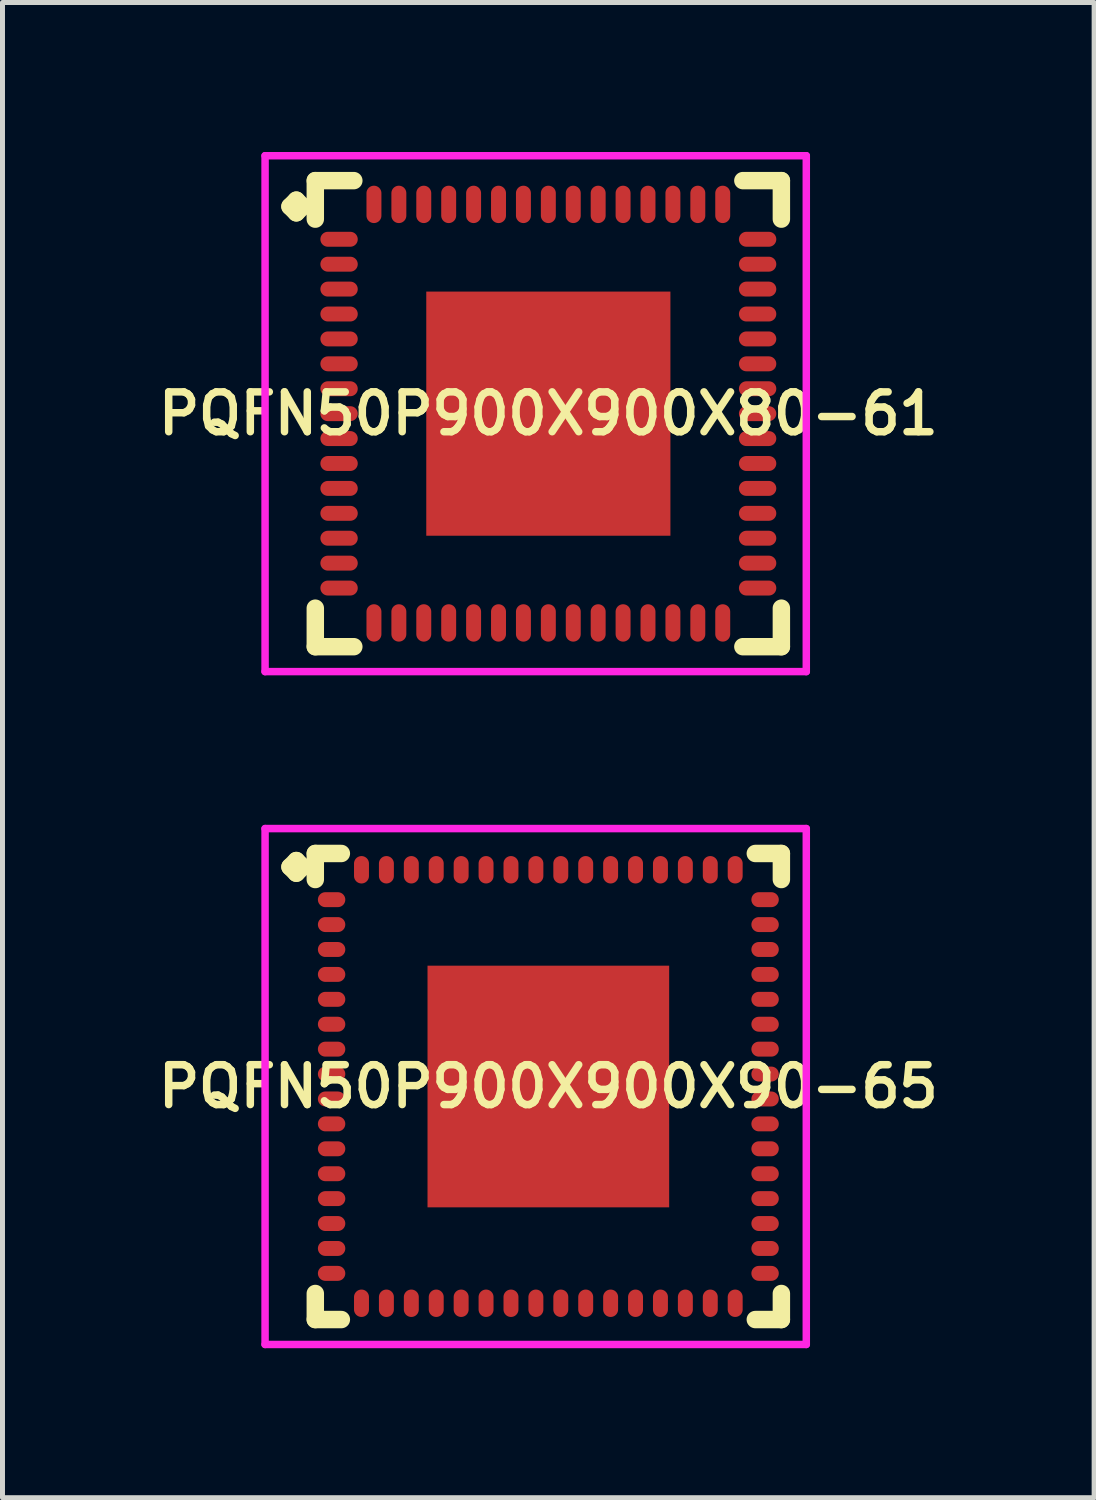
<source format=kicad_pcb>
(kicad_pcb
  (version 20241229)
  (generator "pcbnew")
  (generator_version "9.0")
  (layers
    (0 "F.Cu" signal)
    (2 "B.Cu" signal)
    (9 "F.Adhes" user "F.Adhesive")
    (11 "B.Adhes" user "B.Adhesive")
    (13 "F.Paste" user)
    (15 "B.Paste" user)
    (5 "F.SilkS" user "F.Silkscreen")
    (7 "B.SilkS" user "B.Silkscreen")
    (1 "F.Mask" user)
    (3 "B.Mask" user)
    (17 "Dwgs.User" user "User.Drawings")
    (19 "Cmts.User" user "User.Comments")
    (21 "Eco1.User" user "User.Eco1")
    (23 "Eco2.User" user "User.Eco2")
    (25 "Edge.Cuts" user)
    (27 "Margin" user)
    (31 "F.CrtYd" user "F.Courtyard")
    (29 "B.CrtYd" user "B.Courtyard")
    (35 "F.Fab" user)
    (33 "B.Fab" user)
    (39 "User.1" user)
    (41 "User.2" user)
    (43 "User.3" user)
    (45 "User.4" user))
  (footprint "PQFN50P900X900X90-65"
    (layer "F.Cu")
    (at 7.955 18.756)
    (property "Reference" "PQFN50P900X900X90-65" (at 0 0 0) (layer "F.SilkS") (effects (font (size 0.8 0.8) (thickness 0.15))))
    (attr smd)
    (fp_line (start -5.185 -4.408) (end -5.058 -4.535) (stroke (width 0.35) (type solid)) (layer "F.SilkS"))
    (fp_line (start -5.058 -4.535) (end -4.931 -4.408) (stroke (width 0.35) (type solid)) (layer "F.SilkS"))
    (fp_line (start -5.058 -4.281) (end -5.185 -4.408) (stroke (width 0.35) (type solid)) (layer "F.SilkS"))
    (fp_line (start -4.931 -4.408) (end -5.058 -4.281) (stroke (width 0.35) (type solid)) (layer "F.SilkS"))
    (fp_line (start -4.677 -4.677) (end -4.154 -4.677) (stroke (width 0.35) (type solid)) (layer "F.SilkS"))
    (fp_line (start -4.677 -4.154) (end -4.677 -4.677) (stroke (width 0.35) (type solid)) (layer "F.SilkS"))
    (fp_line (start -4.677 4.154) (end -4.677 4.677) (stroke (width 0.35) (type solid)) (layer "F.SilkS"))
    (fp_line (start -4.677 4.677) (end -4.154 4.677) (stroke (width 0.35) (type solid)) (layer "F.SilkS"))
    (fp_line (start 4.154 -4.677) (end 4.677 -4.677) (stroke (width 0.35) (type solid)) (layer "F.SilkS"))
    (fp_line (start 4.154 4.677) (end 4.677 4.677) (stroke (width 0.35) (type solid)) (layer "F.SilkS"))
    (fp_line (start 4.677 -4.677) (end 4.677 -4.154) (stroke (width 0.35) (type solid)) (layer "F.SilkS"))
    (fp_line (start 4.677 4.677) (end 4.677 4.154) (stroke (width 0.35) (type solid)) (layer "F.SilkS"))
    (fp_line (start -5.685 -5.177) (end 5.177 -5.177) (stroke (width 0.15) (type solid)) (layer "F.CrtYd"))
    (fp_line (start -5.685 5.177) (end -5.685 -5.177) (stroke (width 0.15) (type solid)) (layer "F.CrtYd"))
    (fp_line (start 5.177 -5.177) (end 5.177 5.177) (stroke (width 0.15) (type solid)) (layer "F.CrtYd"))
    (fp_line (start 5.177 5.177) (end -5.685 5.177) (stroke (width 0.15) (type solid)) (layer "F.CrtYd"))
    (pad "1" smd oval (at -4.35 -3.75) (size 0.55 0.3) (layers "F.Cu" "F.Mask" "F.Paste"))
    (pad "2" smd oval (at -4.35 -3.25) (size 0.55 0.3) (layers "F.Cu" "F.Mask" "F.Paste"))
    (pad "3" smd oval (at -4.35 -2.75) (size 0.55 0.3) (layers "F.Cu" "F.Mask" "F.Paste"))
    (pad "4" smd oval (at -4.35 -2.25) (size 0.55 0.3) (layers "F.Cu" "F.Mask" "F.Paste"))
    (pad "5" smd oval (at -4.35 -1.75) (size 0.55 0.3) (layers "F.Cu" "F.Mask" "F.Paste"))
    (pad "6" smd oval (at -4.35 -1.25) (size 0.55 0.3) (layers "F.Cu" "F.Mask" "F.Paste"))
    (pad "7" smd oval (at -4.35 -0.75) (size 0.55 0.3) (layers "F.Cu" "F.Mask" "F.Paste"))
    (pad "8" smd oval (at -4.35 -0.25) (size 0.55 0.3) (layers "F.Cu" "F.Mask" "F.Paste"))
    (pad "9" smd oval (at -4.35 0.25) (size 0.55 0.3) (layers "F.Cu" "F.Mask" "F.Paste"))
    (pad "10" smd oval (at -4.35 0.75) (size 0.55 0.3) (layers "F.Cu" "F.Mask" "F.Paste"))
    (pad "11" smd oval (at -4.35 1.25) (size 0.55 0.3) (layers "F.Cu" "F.Mask" "F.Paste"))
    (pad "12" smd oval (at -4.35 1.75) (size 0.55 0.3) (layers "F.Cu" "F.Mask" "F.Paste"))
    (pad "13" smd oval (at -4.35 2.25) (size 0.55 0.3) (layers "F.Cu" "F.Mask" "F.Paste"))
    (pad "14" smd oval (at -4.35 2.75) (size 0.55 0.3) (layers "F.Cu" "F.Mask" "F.Paste"))
    (pad "15" smd oval (at -4.35 3.25) (size 0.55 0.3) (layers "F.Cu" "F.Mask" "F.Paste"))
    (pad "16" smd oval (at -4.35 3.75) (size 0.55 0.3) (layers "F.Cu" "F.Mask" "F.Paste"))
    (pad "17" smd oval (at -3.75 4.35) (size 0.3 0.55) (layers "F.Cu" "F.Mask" "F.Paste"))
    (pad "18" smd oval (at -3.25 4.35) (size 0.3 0.55) (layers "F.Cu" "F.Mask" "F.Paste"))
    (pad "19" smd oval (at -2.75 4.35) (size 0.3 0.55) (layers "F.Cu" "F.Mask" "F.Paste"))
    (pad "20" smd oval (at -2.25 4.35) (size 0.3 0.55) (layers "F.Cu" "F.Mask" "F.Paste"))
    (pad "21" smd oval (at -1.75 4.35) (size 0.3 0.55) (layers "F.Cu" "F.Mask" "F.Paste"))
    (pad "22" smd oval (at -1.25 4.35) (size 0.3 0.55) (layers "F.Cu" "F.Mask" "F.Paste"))
    (pad "23" smd oval (at -0.75 4.35) (size 0.3 0.55) (layers "F.Cu" "F.Mask" "F.Paste"))
    (pad "24" smd oval (at -0.25 4.35) (size 0.3 0.55) (layers "F.Cu" "F.Mask" "F.Paste"))
    (pad "25" smd oval (at 0.25 4.35) (size 0.3 0.55) (layers "F.Cu" "F.Mask" "F.Paste"))
    (pad "26" smd oval (at 0.75 4.35) (size 0.3 0.55) (layers "F.Cu" "F.Mask" "F.Paste"))
    (pad "27" smd oval (at 1.25 4.35) (size 0.3 0.55) (layers "F.Cu" "F.Mask" "F.Paste"))
    (pad "28" smd oval (at 1.75 4.35) (size 0.3 0.55) (layers "F.Cu" "F.Mask" "F.Paste"))
    (pad "29" smd oval (at 2.25 4.35) (size 0.3 0.55) (layers "F.Cu" "F.Mask" "F.Paste"))
    (pad "30" smd oval (at 2.75 4.35) (size 0.3 0.55) (layers "F.Cu" "F.Mask" "F.Paste"))
    (pad "31" smd oval (at 3.25 4.35) (size 0.3 0.55) (layers "F.Cu" "F.Mask" "F.Paste"))
    (pad "32" smd oval (at 3.75 4.35) (size 0.3 0.55) (layers "F.Cu" "F.Mask" "F.Paste"))
    (pad "33" smd oval (at 4.35 3.75) (size 0.55 0.3) (layers "F.Cu" "F.Mask" "F.Paste"))
    (pad "34" smd oval (at 4.35 3.25) (size 0.55 0.3) (layers "F.Cu" "F.Mask" "F.Paste"))
    (pad "35" smd oval (at 4.35 2.75) (size 0.55 0.3) (layers "F.Cu" "F.Mask" "F.Paste"))
    (pad "36" smd oval (at 4.35 2.25) (size 0.55 0.3) (layers "F.Cu" "F.Mask" "F.Paste"))
    (pad "37" smd oval (at 4.35 1.75) (size 0.55 0.3) (layers "F.Cu" "F.Mask" "F.Paste"))
    (pad "38" smd oval (at 4.35 1.25) (size 0.55 0.3) (layers "F.Cu" "F.Mask" "F.Paste"))
    (pad "39" smd oval (at 4.35 0.75) (size 0.55 0.3) (layers "F.Cu" "F.Mask" "F.Paste"))
    (pad "40" smd oval (at 4.35 0.25) (size 0.55 0.3) (layers "F.Cu" "F.Mask" "F.Paste"))
    (pad "41" smd oval (at 4.35 -0.25) (size 0.55 0.3) (layers "F.Cu" "F.Mask" "F.Paste"))
    (pad "42" smd oval (at 4.35 -0.75) (size 0.55 0.3) (layers "F.Cu" "F.Mask" "F.Paste"))
    (pad "43" smd oval (at 4.35 -1.25) (size 0.55 0.3) (layers "F.Cu" "F.Mask" "F.Paste"))
    (pad "44" smd oval (at 4.35 -1.75) (size 0.55 0.3) (layers "F.Cu" "F.Mask" "F.Paste"))
    (pad "45" smd oval (at 4.35 -2.25) (size 0.55 0.3) (layers "F.Cu" "F.Mask" "F.Paste"))
    (pad "46" smd oval (at 4.35 -2.75) (size 0.55 0.3) (layers "F.Cu" "F.Mask" "F.Paste"))
    (pad "47" smd oval (at 4.35 -3.25) (size 0.55 0.3) (layers "F.Cu" "F.Mask" "F.Paste"))
    (pad "48" smd oval (at 4.35 -3.75) (size 0.55 0.3) (layers "F.Cu" "F.Mask" "F.Paste"))
    (pad "49" smd oval (at 3.75 -4.35) (size 0.3 0.55) (layers "F.Cu" "F.Mask" "F.Paste"))
    (pad "50" smd oval (at 3.25 -4.35) (size 0.3 0.55) (layers "F.Cu" "F.Mask" "F.Paste"))
    (pad "51" smd oval (at 2.75 -4.35) (size 0.3 0.55) (layers "F.Cu" "F.Mask" "F.Paste"))
    (pad "52" smd oval (at 2.25 -4.35) (size 0.3 0.55) (layers "F.Cu" "F.Mask" "F.Paste"))
    (pad "53" smd oval (at 1.75 -4.35) (size 0.3 0.55) (layers "F.Cu" "F.Mask" "F.Paste"))
    (pad "54" smd oval (at 1.25 -4.35) (size 0.3 0.55) (layers "F.Cu" "F.Mask" "F.Paste"))
    (pad "55" smd oval (at 0.75 -4.35) (size 0.3 0.55) (layers "F.Cu" "F.Mask" "F.Paste"))
    (pad "56" smd oval (at 0.25 -4.35) (size 0.3 0.55) (layers "F.Cu" "F.Mask" "F.Paste"))
    (pad "57" smd oval (at -0.25 -4.35) (size 0.3 0.55) (layers "F.Cu" "F.Mask" "F.Paste"))
    (pad "58" smd oval (at -0.75 -4.35) (size 0.3 0.55) (layers "F.Cu" "F.Mask" "F.Paste"))
    (pad "59" smd oval (at -1.25 -4.35) (size 0.3 0.55) (layers "F.Cu" "F.Mask" "F.Paste"))
    (pad "60" smd oval (at -1.75 -4.35) (size 0.3 0.55) (layers "F.Cu" "F.Mask" "F.Paste"))
    (pad "61" smd oval (at -2.25 -4.35) (size 0.3 0.55) (layers "F.Cu" "F.Mask" "F.Paste"))
    (pad "62" smd oval (at -2.75 -4.35) (size 0.3 0.55) (layers "F.Cu" "F.Mask" "F.Paste"))
    (pad "63" smd oval (at -3.25 -4.35) (size 0.3 0.55) (layers "F.Cu" "F.Mask" "F.Paste"))
    (pad "64" smd oval (at -3.75 -4.35) (size 0.3 0.55) (layers "F.Cu" "F.Mask" "F.Paste"))
    (pad "65" smd rect (at 0 0) (size 4.85 4.85) (layers "F.Cu" "F.Mask" "F.Paste")))
  (footprint "PQFN50P900X900X80-61"
    (layer "F.Cu")
    (at 7.955 5.252)
    (property "Reference" "PQFN50P900X900X80-61" (at 0 0 0) (layer "F.SilkS") (effects (font (size 0.8 0.8) (thickness 0.15))))
    (attr smd)
    (fp_line (start -5.185 -4.158) (end -5.058 -4.285) (stroke (width 0.35) (type solid)) (layer "F.SilkS"))
    (fp_line (start -5.058 -4.285) (end -4.931 -4.158) (stroke (width 0.35) (type solid)) (layer "F.SilkS"))
    (fp_line (start -5.058 -4.031) (end -5.185 -4.158) (stroke (width 0.35) (type solid)) (layer "F.SilkS"))
    (fp_line (start -4.931 -4.158) (end -5.058 -4.031) (stroke (width 0.35) (type solid)) (layer "F.SilkS"))
    (fp_line (start -4.677 -4.677) (end -3.904 -4.677) (stroke (width 0.35) (type solid)) (layer "F.SilkS"))
    (fp_line (start -4.677 -3.904) (end -4.677 -4.677) (stroke (width 0.35) (type solid)) (layer "F.SilkS"))
    (fp_line (start -4.677 3.904) (end -4.677 4.677) (stroke (width 0.35) (type solid)) (layer "F.SilkS"))
    (fp_line (start -4.677 4.677) (end -3.904 4.677) (stroke (width 0.35) (type solid)) (layer "F.SilkS"))
    (fp_line (start 3.904 -4.677) (end 4.677 -4.677) (stroke (width 0.35) (type solid)) (layer "F.SilkS"))
    (fp_line (start 3.904 4.677) (end 4.677 4.677) (stroke (width 0.35) (type solid)) (layer "F.SilkS"))
    (fp_line (start 4.677 -4.677) (end 4.677 -3.904) (stroke (width 0.35) (type solid)) (layer "F.SilkS"))
    (fp_line (start 4.677 4.677) (end 4.677 3.904) (stroke (width 0.35) (type solid)) (layer "F.SilkS"))
    (fp_line (start -5.685 -5.177) (end 5.177 -5.177) (stroke (width 0.15) (type solid)) (layer "F.CrtYd"))
    (fp_line (start -5.685 5.177) (end -5.685 -5.177) (stroke (width 0.15) (type solid)) (layer "F.CrtYd"))
    (fp_line (start 5.177 -5.177) (end 5.177 5.177) (stroke (width 0.15) (type solid)) (layer "F.CrtYd"))
    (fp_line (start 5.177 5.177) (end -5.685 5.177) (stroke (width 0.15) (type solid)) (layer "F.CrtYd"))
    (pad "1" smd oval (at -4.2 -3.5) (size 0.75 0.3) (layers "F.Cu" "F.Mask" "F.Paste"))
    (pad "2" smd oval (at -4.2 -3) (size 0.75 0.3) (layers "F.Cu" "F.Mask" "F.Paste"))
    (pad "3" smd oval (at -4.2 -2.5) (size 0.75 0.3) (layers "F.Cu" "F.Mask" "F.Paste"))
    (pad "4" smd oval (at -4.2 -2) (size 0.75 0.3) (layers "F.Cu" "F.Mask" "F.Paste"))
    (pad "5" smd oval (at -4.2 -1.5) (size 0.75 0.3) (layers "F.Cu" "F.Mask" "F.Paste"))
    (pad "6" smd oval (at -4.2 -1) (size 0.75 0.3) (layers "F.Cu" "F.Mask" "F.Paste"))
    (pad "7" smd oval (at -4.2 -0.5) (size 0.75 0.3) (layers "F.Cu" "F.Mask" "F.Paste"))
    (pad "8" smd oval (at -4.2 0) (size 0.75 0.3) (layers "F.Cu" "F.Mask" "F.Paste"))
    (pad "9" smd oval (at -4.2 0.5) (size 0.75 0.3) (layers "F.Cu" "F.Mask" "F.Paste"))
    (pad "10" smd oval (at -4.2 1) (size 0.75 0.3) (layers "F.Cu" "F.Mask" "F.Paste"))
    (pad "11" smd oval (at -4.2 1.5) (size 0.75 0.3) (layers "F.Cu" "F.Mask" "F.Paste"))
    (pad "12" smd oval (at -4.2 2) (size 0.75 0.3) (layers "F.Cu" "F.Mask" "F.Paste"))
    (pad "13" smd oval (at -4.2 2.5) (size 0.75 0.3) (layers "F.Cu" "F.Mask" "F.Paste"))
    (pad "14" smd oval (at -4.2 3) (size 0.75 0.3) (layers "F.Cu" "F.Mask" "F.Paste"))
    (pad "15" smd oval (at -4.2 3.5) (size 0.75 0.3) (layers "F.Cu" "F.Mask" "F.Paste"))
    (pad "16" smd oval (at -3.5 4.2) (size 0.3 0.75) (layers "F.Cu" "F.Mask" "F.Paste"))
    (pad "17" smd oval (at -3 4.2) (size 0.3 0.75) (layers "F.Cu" "F.Mask" "F.Paste"))
    (pad "18" smd oval (at -2.5 4.2) (size 0.3 0.75) (layers "F.Cu" "F.Mask" "F.Paste"))
    (pad "19" smd oval (at -2 4.2) (size 0.3 0.75) (layers "F.Cu" "F.Mask" "F.Paste"))
    (pad "20" smd oval (at -1.5 4.2) (size 0.3 0.75) (layers "F.Cu" "F.Mask" "F.Paste"))
    (pad "21" smd oval (at -1 4.2) (size 0.3 0.75) (layers "F.Cu" "F.Mask" "F.Paste"))
    (pad "22" smd oval (at -0.5 4.2) (size 0.3 0.75) (layers "F.Cu" "F.Mask" "F.Paste"))
    (pad "23" smd oval (at 0 4.2) (size 0.3 0.75) (layers "F.Cu" "F.Mask" "F.Paste"))
    (pad "24" smd oval (at 0.5 4.2) (size 0.3 0.75) (layers "F.Cu" "F.Mask" "F.Paste"))
    (pad "25" smd oval (at 1 4.2) (size 0.3 0.75) (layers "F.Cu" "F.Mask" "F.Paste"))
    (pad "26" smd oval (at 1.5 4.2) (size 0.3 0.75) (layers "F.Cu" "F.Mask" "F.Paste"))
    (pad "27" smd oval (at 2 4.2) (size 0.3 0.75) (layers "F.Cu" "F.Mask" "F.Paste"))
    (pad "28" smd oval (at 2.5 4.2) (size 0.3 0.75) (layers "F.Cu" "F.Mask" "F.Paste"))
    (pad "29" smd oval (at 3 4.2) (size 0.3 0.75) (layers "F.Cu" "F.Mask" "F.Paste"))
    (pad "30" smd oval (at 3.5 4.2) (size 0.3 0.75) (layers "F.Cu" "F.Mask" "F.Paste"))
    (pad "31" smd oval (at 4.2 3.5) (size 0.75 0.3) (layers "F.Cu" "F.Mask" "F.Paste"))
    (pad "32" smd oval (at 4.2 3) (size 0.75 0.3) (layers "F.Cu" "F.Mask" "F.Paste"))
    (pad "33" smd oval (at 4.2 2.5) (size 0.75 0.3) (layers "F.Cu" "F.Mask" "F.Paste"))
    (pad "34" smd oval (at 4.2 2) (size 0.75 0.3) (layers "F.Cu" "F.Mask" "F.Paste"))
    (pad "35" smd oval (at 4.2 1.5) (size 0.75 0.3) (layers "F.Cu" "F.Mask" "F.Paste"))
    (pad "36" smd oval (at 4.2 1) (size 0.75 0.3) (layers "F.Cu" "F.Mask" "F.Paste"))
    (pad "37" smd oval (at 4.2 0.5) (size 0.75 0.3) (layers "F.Cu" "F.Mask" "F.Paste"))
    (pad "38" smd oval (at 4.2 0) (size 0.75 0.3) (layers "F.Cu" "F.Mask" "F.Paste"))
    (pad "39" smd oval (at 4.2 -0.5) (size 0.75 0.3) (layers "F.Cu" "F.Mask" "F.Paste"))
    (pad "40" smd oval (at 4.2 -1) (size 0.75 0.3) (layers "F.Cu" "F.Mask" "F.Paste"))
    (pad "41" smd oval (at 4.2 -1.5) (size 0.75 0.3) (layers "F.Cu" "F.Mask" "F.Paste"))
    (pad "42" smd oval (at 4.2 -2) (size 0.75 0.3) (layers "F.Cu" "F.Mask" "F.Paste"))
    (pad "43" smd oval (at 4.2 -2.5) (size 0.75 0.3) (layers "F.Cu" "F.Mask" "F.Paste"))
    (pad "44" smd oval (at 4.2 -3) (size 0.75 0.3) (layers "F.Cu" "F.Mask" "F.Paste"))
    (pad "45" smd oval (at 4.2 -3.5) (size 0.75 0.3) (layers "F.Cu" "F.Mask" "F.Paste"))
    (pad "46" smd oval (at 3.5 -4.2) (size 0.3 0.75) (layers "F.Cu" "F.Mask" "F.Paste"))
    (pad "47" smd oval (at 3 -4.2) (size 0.3 0.75) (layers "F.Cu" "F.Mask" "F.Paste"))
    (pad "48" smd oval (at 2.5 -4.2) (size 0.3 0.75) (layers "F.Cu" "F.Mask" "F.Paste"))
    (pad "49" smd oval (at 2 -4.2) (size 0.3 0.75) (layers "F.Cu" "F.Mask" "F.Paste"))
    (pad "50" smd oval (at 1.5 -4.2) (size 0.3 0.75) (layers "F.Cu" "F.Mask" "F.Paste"))
    (pad "51" smd oval (at 1 -4.2) (size 0.3 0.75) (layers "F.Cu" "F.Mask" "F.Paste"))
    (pad "52" smd oval (at 0.5 -4.2) (size 0.3 0.75) (layers "F.Cu" "F.Mask" "F.Paste"))
    (pad "53" smd oval (at 0 -4.2) (size 0.3 0.75) (layers "F.Cu" "F.Mask" "F.Paste"))
    (pad "54" smd oval (at -0.5 -4.2) (size 0.3 0.75) (layers "F.Cu" "F.Mask" "F.Paste"))
    (pad "55" smd oval (at -1 -4.2) (size 0.3 0.75) (layers "F.Cu" "F.Mask" "F.Paste"))
    (pad "56" smd oval (at -1.5 -4.2) (size 0.3 0.75) (layers "F.Cu" "F.Mask" "F.Paste"))
    (pad "57" smd oval (at -2 -4.2) (size 0.3 0.75) (layers "F.Cu" "F.Mask" "F.Paste"))
    (pad "58" smd oval (at -2.5 -4.2) (size 0.3 0.75) (layers "F.Cu" "F.Mask" "F.Paste"))
    (pad "59" smd oval (at -3 -4.2) (size 0.3 0.75) (layers "F.Cu" "F.Mask" "F.Paste"))
    (pad "60" smd oval (at -3.5 -4.2) (size 0.3 0.75) (layers "F.Cu" "F.Mask" "F.Paste"))
    (pad "61" smd rect (at 0 0) (size 4.9 4.9) (layers "F.Cu" "F.Mask" "F.Paste")))
  (gr_rect
    (start -3 -3)
    (end 18.909 27.008)
    (stroke (width 0.1) (type default))
    (fill no)
    (layer "Edge.Cuts")))
</source>
